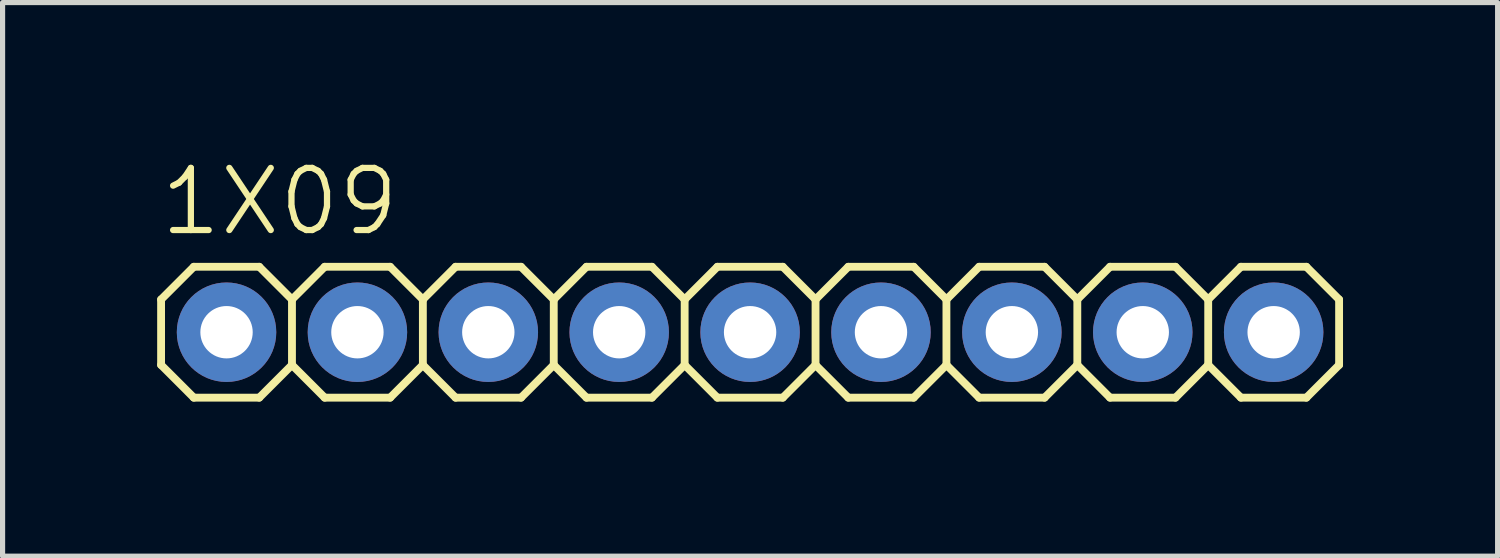
<source format=kicad_pcb>
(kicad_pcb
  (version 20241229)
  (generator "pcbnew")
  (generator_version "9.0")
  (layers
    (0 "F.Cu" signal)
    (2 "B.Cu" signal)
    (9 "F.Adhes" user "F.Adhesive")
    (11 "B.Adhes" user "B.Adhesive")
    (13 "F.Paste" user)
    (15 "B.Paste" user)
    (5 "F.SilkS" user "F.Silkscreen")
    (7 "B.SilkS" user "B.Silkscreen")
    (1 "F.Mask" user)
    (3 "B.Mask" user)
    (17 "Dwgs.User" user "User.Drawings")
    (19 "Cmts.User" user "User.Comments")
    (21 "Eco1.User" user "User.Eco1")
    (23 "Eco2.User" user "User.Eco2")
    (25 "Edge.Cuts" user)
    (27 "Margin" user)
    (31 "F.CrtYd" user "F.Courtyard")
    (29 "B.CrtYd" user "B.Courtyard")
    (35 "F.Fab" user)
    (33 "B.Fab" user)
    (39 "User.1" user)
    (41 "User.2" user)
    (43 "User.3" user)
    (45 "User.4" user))
  (footprint "1X09"
    (layer "F.Cu")
    (at 11.506 3.397)
    (property "Reference" "1X09" (at -11.506 -1.829 0) (layer "F.SilkS") (effects (font (size 1.206 1.206) (thickness 0.121)) (justify left bottom)))
    (attr through_hole)
    (fp_line (start -11.43 -0.635) (end -11.43 0.635) (stroke (width 0.152) (type solid)) (layer "F.SilkS"))
    (fp_line (start -11.43 0.635) (end -10.795 1.27) (stroke (width 0.152) (type solid)) (layer "F.SilkS"))
    (fp_line (start -10.795 -1.27) (end -11.43 -0.635) (stroke (width 0.152) (type solid)) (layer "F.SilkS"))
    (fp_line (start -10.795 -1.27) (end -9.525 -1.27) (stroke (width 0.152) (type solid)) (layer "F.SilkS"))
    (fp_line (start -9.525 -1.27) (end -8.89 -0.635) (stroke (width 0.152) (type solid)) (layer "F.SilkS"))
    (fp_line (start -9.525 1.27) (end -10.795 1.27) (stroke (width 0.152) (type solid)) (layer "F.SilkS"))
    (fp_line (start -8.89 -0.635) (end -8.89 0.635) (stroke (width 0.152) (type solid)) (layer "F.SilkS"))
    (fp_line (start -8.89 -0.635) (end -8.255 -1.27) (stroke (width 0.152) (type solid)) (layer "F.SilkS"))
    (fp_line (start -8.89 0.635) (end -9.525 1.27) (stroke (width 0.152) (type solid)) (layer "F.SilkS"))
    (fp_line (start -8.255 -1.27) (end -6.985 -1.27) (stroke (width 0.152) (type solid)) (layer "F.SilkS"))
    (fp_line (start -8.255 1.27) (end -8.89 0.635) (stroke (width 0.152) (type solid)) (layer "F.SilkS"))
    (fp_line (start -6.985 -1.27) (end -6.35 -0.635) (stroke (width 0.152) (type solid)) (layer "F.SilkS"))
    (fp_line (start -6.985 1.27) (end -8.255 1.27) (stroke (width 0.152) (type solid)) (layer "F.SilkS"))
    (fp_line (start -6.35 -0.635) (end -6.35 0.635) (stroke (width 0.152) (type solid)) (layer "F.SilkS"))
    (fp_line (start -6.35 -0.635) (end -5.715 -1.27) (stroke (width 0.152) (type solid)) (layer "F.SilkS"))
    (fp_line (start -6.35 0.635) (end -6.985 1.27) (stroke (width 0.152) (type solid)) (layer "F.SilkS"))
    (fp_line (start -5.715 -1.27) (end -4.445 -1.27) (stroke (width 0.152) (type solid)) (layer "F.SilkS"))
    (fp_line (start -5.715 1.27) (end -6.35 0.635) (stroke (width 0.152) (type solid)) (layer "F.SilkS"))
    (fp_line (start -4.445 -1.27) (end -3.81 -0.635) (stroke (width 0.152) (type solid)) (layer "F.SilkS"))
    (fp_line (start -4.445 1.27) (end -5.715 1.27) (stroke (width 0.152) (type solid)) (layer "F.SilkS"))
    (fp_line (start -3.81 -0.635) (end -3.81 0.635) (stroke (width 0.152) (type solid)) (layer "F.SilkS"))
    (fp_line (start -3.81 0.635) (end -4.445 1.27) (stroke (width 0.152) (type solid)) (layer "F.SilkS"))
    (fp_line (start -3.81 0.635) (end -3.175 1.27) (stroke (width 0.152) (type solid)) (layer "F.SilkS"))
    (fp_line (start -3.175 -1.27) (end -3.81 -0.635) (stroke (width 0.152) (type solid)) (layer "F.SilkS"))
    (fp_line (start -3.175 -1.27) (end -1.905 -1.27) (stroke (width 0.152) (type solid)) (layer "F.SilkS"))
    (fp_line (start -1.905 -1.27) (end -1.27 -0.635) (stroke (width 0.152) (type solid)) (layer "F.SilkS"))
    (fp_line (start -1.905 1.27) (end -3.175 1.27) (stroke (width 0.152) (type solid)) (layer "F.SilkS"))
    (fp_line (start -1.27 -0.635) (end -1.27 0.635) (stroke (width 0.152) (type solid)) (layer "F.SilkS"))
    (fp_line (start -1.27 -0.635) (end -0.635 -1.27) (stroke (width 0.152) (type solid)) (layer "F.SilkS"))
    (fp_line (start -1.27 0.635) (end -1.905 1.27) (stroke (width 0.152) (type solid)) (layer "F.SilkS"))
    (fp_line (start -0.635 -1.27) (end 0.635 -1.27) (stroke (width 0.152) (type solid)) (layer "F.SilkS"))
    (fp_line (start -0.635 1.27) (end -1.27 0.635) (stroke (width 0.152) (type solid)) (layer "F.SilkS"))
    (fp_line (start 0.635 -1.27) (end 1.27 -0.635) (stroke (width 0.152) (type solid)) (layer "F.SilkS"))
    (fp_line (start 0.635 1.27) (end -0.635 1.27) (stroke (width 0.152) (type solid)) (layer "F.SilkS"))
    (fp_line (start 1.27 -0.635) (end 1.27 0.635) (stroke (width 0.152) (type solid)) (layer "F.SilkS"))
    (fp_line (start 1.27 -0.635) (end 1.905 -1.27) (stroke (width 0.152) (type solid)) (layer "F.SilkS"))
    (fp_line (start 1.27 0.635) (end 0.635 1.27) (stroke (width 0.152) (type solid)) (layer "F.SilkS"))
    (fp_line (start 1.905 -1.27) (end 3.175 -1.27) (stroke (width 0.152) (type solid)) (layer "F.SilkS"))
    (fp_line (start 1.905 1.27) (end 1.27 0.635) (stroke (width 0.152) (type solid)) (layer "F.SilkS"))
    (fp_line (start 3.175 -1.27) (end 3.81 -0.635) (stroke (width 0.152) (type solid)) (layer "F.SilkS"))
    (fp_line (start 3.175 1.27) (end 1.905 1.27) (stroke (width 0.152) (type solid)) (layer "F.SilkS"))
    (fp_line (start 3.81 -0.635) (end 3.81 0.635) (stroke (width 0.152) (type solid)) (layer "F.SilkS"))
    (fp_line (start 3.81 0.635) (end 3.175 1.27) (stroke (width 0.152) (type solid)) (layer "F.SilkS"))
    (fp_line (start 3.81 0.635) (end 4.445 1.27) (stroke (width 0.152) (type solid)) (layer "F.SilkS"))
    (fp_line (start 4.445 -1.27) (end 3.81 -0.635) (stroke (width 0.152) (type solid)) (layer "F.SilkS"))
    (fp_line (start 4.445 -1.27) (end 5.715 -1.27) (stroke (width 0.152) (type solid)) (layer "F.SilkS"))
    (fp_line (start 5.715 -1.27) (end 6.35 -0.635) (stroke (width 0.152) (type solid)) (layer "F.SilkS"))
    (fp_line (start 5.715 1.27) (end 4.445 1.27) (stroke (width 0.152) (type solid)) (layer "F.SilkS"))
    (fp_line (start 6.35 -0.635) (end 6.35 0.635) (stroke (width 0.152) (type solid)) (layer "F.SilkS"))
    (fp_line (start 6.35 -0.635) (end 6.985 -1.27) (stroke (width 0.152) (type solid)) (layer "F.SilkS"))
    (fp_line (start 6.35 0.635) (end 5.715 1.27) (stroke (width 0.152) (type solid)) (layer "F.SilkS"))
    (fp_line (start 6.985 -1.27) (end 8.255 -1.27) (stroke (width 0.152) (type solid)) (layer "F.SilkS"))
    (fp_line (start 6.985 1.27) (end 6.35 0.635) (stroke (width 0.152) (type solid)) (layer "F.SilkS"))
    (fp_line (start 8.255 -1.27) (end 8.89 -0.635) (stroke (width 0.152) (type solid)) (layer "F.SilkS"))
    (fp_line (start 8.255 1.27) (end 6.985 1.27) (stroke (width 0.152) (type solid)) (layer "F.SilkS"))
    (fp_line (start 8.89 -0.635) (end 8.89 0.635) (stroke (width 0.152) (type solid)) (layer "F.SilkS"))
    (fp_line (start 8.89 0.635) (end 8.255 1.27) (stroke (width 0.152) (type solid)) (layer "F.SilkS"))
    (fp_line (start 8.89 0.635) (end 9.525 1.27) (stroke (width 0.152) (type solid)) (layer "F.SilkS"))
    (fp_line (start 9.525 -1.27) (end 8.89 -0.635) (stroke (width 0.152) (type solid)) (layer "F.SilkS"))
    (fp_line (start 9.525 -1.27) (end 10.795 -1.27) (stroke (width 0.152) (type solid)) (layer "F.SilkS"))
    (fp_line (start 10.795 -1.27) (end 11.43 -0.635) (stroke (width 0.152) (type solid)) (layer "F.SilkS"))
    (fp_line (start 10.795 1.27) (end 9.525 1.27) (stroke (width 0.152) (type solid)) (layer "F.SilkS"))
    (fp_line (start 11.43 -0.635) (end 11.43 0.635) (stroke (width 0.152) (type solid)) (layer "F.SilkS"))
    (fp_line (start 11.43 0.635) (end 10.795 1.27) (stroke (width 0.152) (type solid)) (layer "F.SilkS"))
    (fp_poly (pts (xy -10.414 0.254) (xy -9.906 0.254) (xy -9.906 -0.254) (xy -10.414 -0.254)) (stroke (width 0.1) (type solid)) (fill no) (layer "F.Fab"))
    (fp_poly (pts (xy -7.874 0.254) (xy -7.366 0.254) (xy -7.366 -0.254) (xy -7.874 -0.254)) (stroke (width 0.1) (type solid)) (fill no) (layer "F.Fab"))
    (fp_poly (pts (xy -5.334 0.254) (xy -4.826 0.254) (xy -4.826 -0.254) (xy -5.334 -0.254)) (stroke (width 0.1) (type solid)) (fill no) (layer "F.Fab"))
    (fp_poly (pts (xy -2.794 0.254) (xy -2.286 0.254) (xy -2.286 -0.254) (xy -2.794 -0.254)) (stroke (width 0.1) (type solid)) (fill no) (layer "F.Fab"))
    (fp_poly (pts (xy -0.254 0.254) (xy 0.254 0.254) (xy 0.254 -0.254) (xy -0.254 -0.254)) (stroke (width 0.1) (type solid)) (fill no) (layer "F.Fab"))
    (fp_poly (pts (xy 2.286 0.254) (xy 2.794 0.254) (xy 2.794 -0.254) (xy 2.286 -0.254)) (stroke (width 0.1) (type solid)) (fill no) (layer "F.Fab"))
    (fp_poly (pts (xy 4.826 0.254) (xy 5.334 0.254) (xy 5.334 -0.254) (xy 4.826 -0.254)) (stroke (width 0.1) (type solid)) (fill no) (layer "F.Fab"))
    (fp_poly (pts (xy 7.366 0.254) (xy 7.874 0.254) (xy 7.874 -0.254) (xy 7.366 -0.254)) (stroke (width 0.1) (type solid)) (fill no) (layer "F.Fab"))
    (fp_poly (pts (xy 9.906 0.254) (xy 10.414 0.254) (xy 10.414 -0.254) (xy 9.906 -0.254)) (stroke (width 0.1) (type solid)) (fill no) (layer "F.Fab"))
    (pad "1" thru_hole circle (at -10.16 0 90) (size 1.93 1.93) (drill 1.016) (layers "*.Cu" "*.Mask"))
    (pad "2" thru_hole circle (at -7.62 0 90) (size 1.93 1.93) (drill 1.016) (layers "*.Cu" "*.Mask"))
    (pad "3" thru_hole circle (at -5.08 0 90) (size 1.93 1.93) (drill 1.016) (layers "*.Cu" "*.Mask"))
    (pad "4" thru_hole circle (at -2.54 0 90) (size 1.93 1.93) (drill 1.016) (layers "*.Cu" "*.Mask"))
    (pad "5" thru_hole circle (at 0 0 90) (size 1.93 1.93) (drill 1.016) (layers "*.Cu" "*.Mask"))
    (pad "6" thru_hole circle (at 2.54 0 90) (size 1.93 1.93) (drill 1.016) (layers "*.Cu" "*.Mask"))
    (pad "7" thru_hole circle (at 5.08 0 90) (size 1.93 1.93) (drill 1.016) (layers "*.Cu" "*.Mask"))
    (pad "8" thru_hole circle (at 7.62 0 90) (size 1.93 1.93) (drill 1.016) (layers "*.Cu" "*.Mask"))
    (pad "9" thru_hole circle (at 10.16 0 90) (size 1.93 1.93) (drill 1.016) (layers "*.Cu" "*.Mask")))
  (gr_rect
    (start -3 -3)
    (end 26.012 7.743)
    (stroke (width 0.1) (type default))
    (fill no)
    (layer "Edge.Cuts")))
</source>
